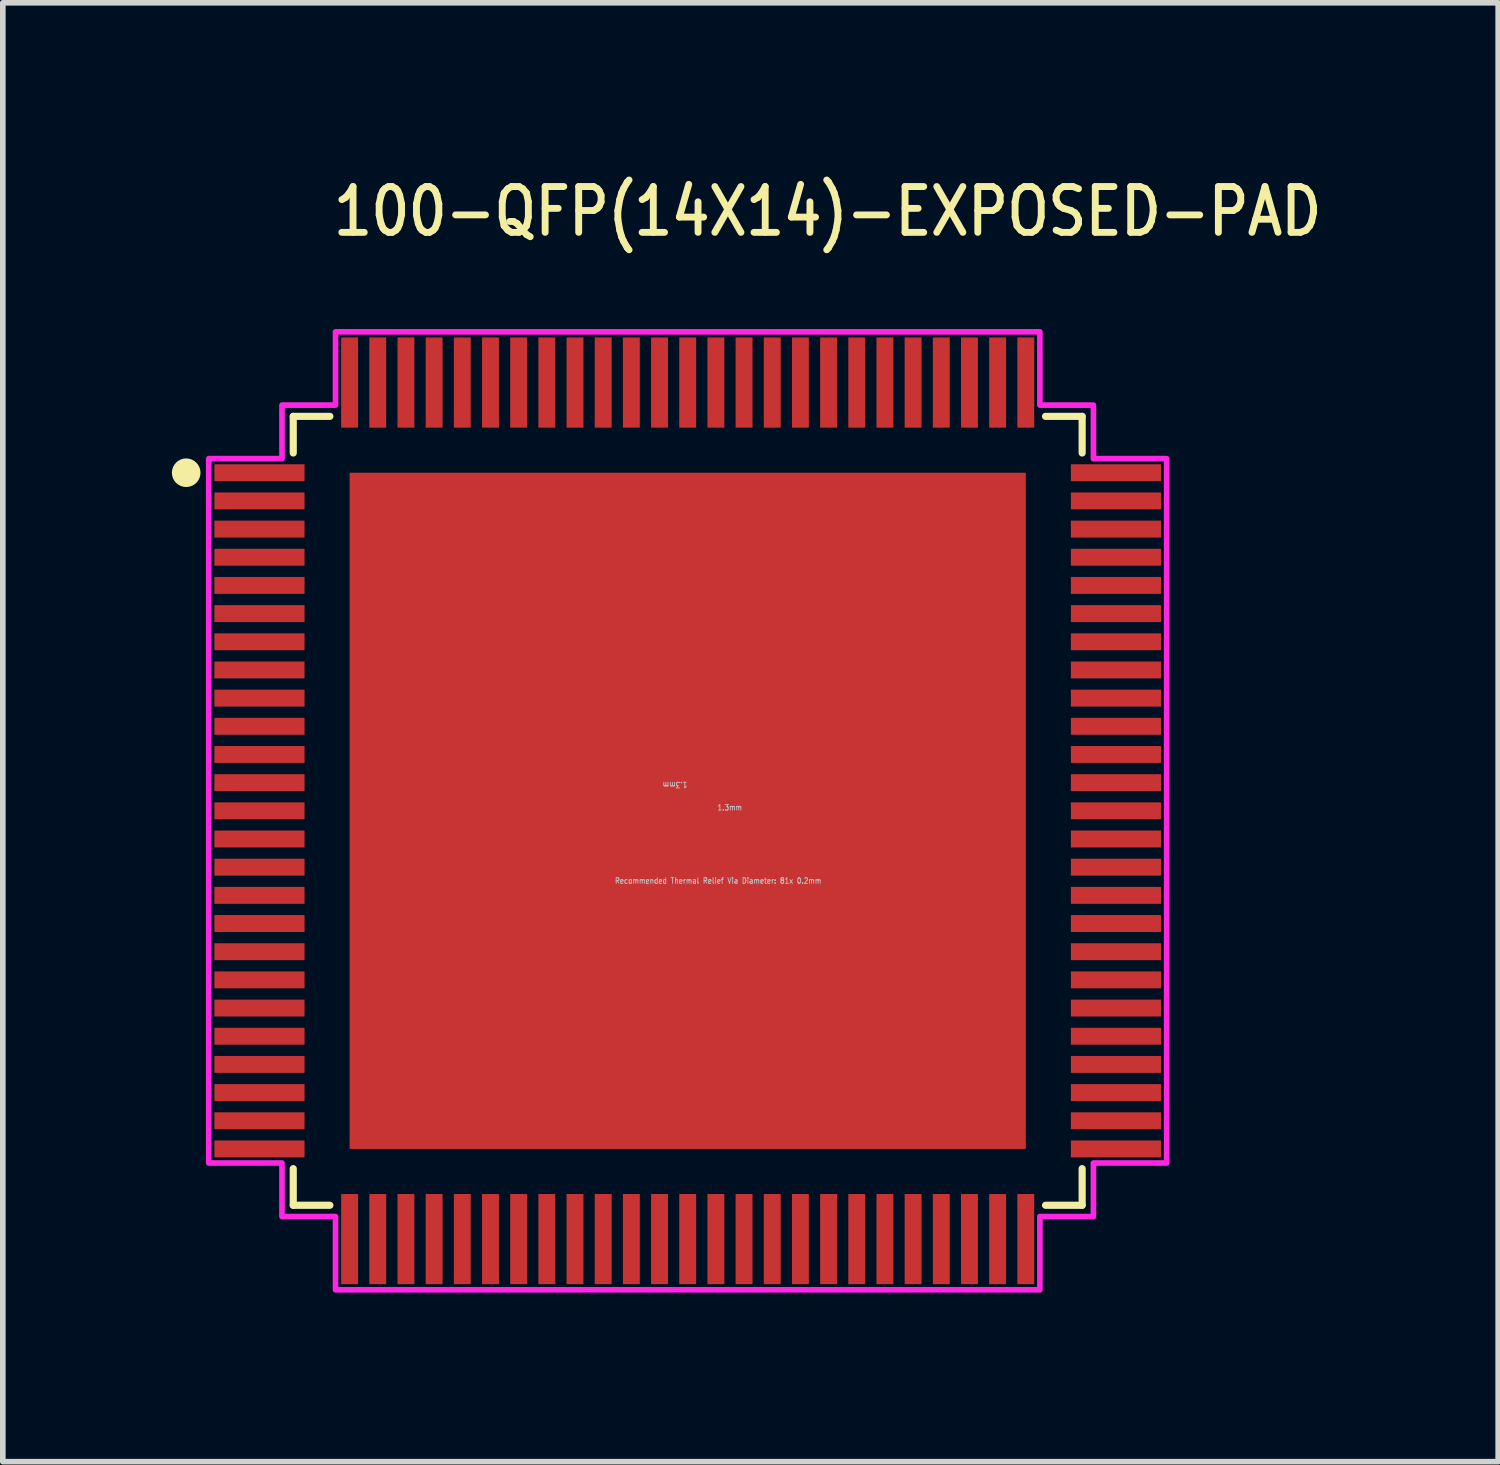
<source format=kicad_pcb>
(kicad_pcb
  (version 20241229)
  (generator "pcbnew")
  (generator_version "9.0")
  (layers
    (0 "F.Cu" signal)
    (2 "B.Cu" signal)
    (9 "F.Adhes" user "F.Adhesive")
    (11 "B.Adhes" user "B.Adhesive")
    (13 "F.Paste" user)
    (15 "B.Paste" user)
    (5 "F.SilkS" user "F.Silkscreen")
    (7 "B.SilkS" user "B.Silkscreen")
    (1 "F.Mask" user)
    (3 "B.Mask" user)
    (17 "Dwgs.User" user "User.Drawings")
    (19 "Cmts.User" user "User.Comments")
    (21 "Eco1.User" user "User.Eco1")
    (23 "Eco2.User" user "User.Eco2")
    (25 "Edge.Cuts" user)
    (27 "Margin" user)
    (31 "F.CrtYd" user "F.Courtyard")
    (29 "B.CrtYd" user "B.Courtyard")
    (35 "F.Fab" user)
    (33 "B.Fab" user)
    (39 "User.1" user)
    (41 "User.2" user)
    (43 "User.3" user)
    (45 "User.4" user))
  (footprint "100-QFP(14X14)-EXPOSED-PAD"
    (layer "F.Cu")
    (at 9.154 11.339)
    (property "Reference" "100-QFP(14X14)-EXPOSED-PAD" (at -6.35 -10.16 0) (unlocked yes) (layer "F.SilkS") (effects (font (size 0.813 0.695) (thickness 0.122)) (justify left bottom)))
    (fp_poly (pts (xy -2.6 -2.6) (xy -2.6 2.6) (xy 2.6 2.6) (xy 2.6 -2.6)) (stroke (width 0) (type solid)) (fill yes) (layer "F.Mask"))
    (fp_line (start -7 -7) (end -7 -6.35) (stroke (width 0.127) (type solid)) (layer "F.SilkS"))
    (fp_line (start -7 6.35) (end -7 7) (stroke (width 0.127) (type solid)) (layer "F.SilkS"))
    (fp_line (start -7 7) (end -6.35 7) (stroke (width 0.127) (type solid)) (layer "F.SilkS"))
    (fp_line (start -6.35 -7) (end -7 -7) (stroke (width 0.127) (type solid)) (layer "F.SilkS"))
    (fp_line (start 6.35 -7) (end 7 -7) (stroke (width 0.127) (type solid)) (layer "F.SilkS"))
    (fp_line (start 7 -7) (end 7 -6.35) (stroke (width 0.127) (type solid)) (layer "F.SilkS"))
    (fp_line (start 7 6.35) (end 7 7) (stroke (width 0.127) (type solid)) (layer "F.SilkS"))
    (fp_line (start 7 7) (end 6.35 7) (stroke (width 0.127) (type solid)) (layer "F.SilkS"))
    (fp_circle (center -8.9 -6) (end -8.646 -6) (stroke (width 0) (type solid)) (fill yes) (layer "F.SilkS"))
    (fp_poly (pts (xy -2.8 -2.8) (xy 2.8 -2.8) (xy 2.8 2.8) (xy -2.8 2.8)) (stroke (width 0) (type solid)) (fill yes) (layer "F.Paste"))
    (fp_line (start 0 -1.3) (end -0.13 -1.17) (stroke (width 0.000009) (type solid)) (layer "Dwgs.User"))
    (fp_line (start 0 -1.3) (end 0 0) (stroke (width 0.000009) (type solid)) (layer "Dwgs.User"))
    (fp_line (start 0 -1.3) (end 0.13 -1.17) (stroke (width 0.000009) (type solid)) (layer "Dwgs.User"))
    (fp_line (start 0 0) (end -0.13 -0.13) (stroke (width 0.000009) (type solid)) (layer "Dwgs.User"))
    (fp_line (start 0 0) (end 0.13 -0.13) (stroke (width 0.000009) (type solid)) (layer "Dwgs.User"))
    (fp_line (start 0 0) (end 0.13 0.13) (stroke (width 0.000009) (type solid)) (layer "Dwgs.User"))
    (fp_line (start 0 0) (end 1.3 0) (stroke (width 0.000009) (type solid)) (layer "Dwgs.User"))
    (fp_line (start 1.3 0) (end 1.17 -0.13) (stroke (width 0.000009) (type solid)) (layer "Dwgs.User"))
    (fp_line (start 1.3 0) (end 1.17 0.13) (stroke (width 0.000009) (type solid)) (layer "Dwgs.User"))
    (fp_circle (center -5.2 -5.2) (end -5.1 -5.2) (stroke (width 0.0001) (type solid)) (fill no) (layer "Dwgs.User"))
    (fp_circle (center -5.2 -3.9) (end -5.1 -3.9) (stroke (width 0.0001) (type solid)) (fill no) (layer "Dwgs.User"))
    (fp_circle (center -5.2 -2.6) (end -5.1 -2.6) (stroke (width 0.0001) (type solid)) (fill no) (layer "Dwgs.User"))
    (fp_circle (center -5.2 -1.3) (end -5.1 -1.3) (stroke (width 0.0001) (type solid)) (fill no) (layer "Dwgs.User"))
    (fp_circle (center -5.2 0) (end -5.1 0) (stroke (width 0.0001) (type solid)) (fill no) (layer "Dwgs.User"))
    (fp_circle (center -5.2 1.3) (end -5.1 1.3) (stroke (width 0.0001) (type solid)) (fill no) (layer "Dwgs.User"))
    (fp_circle (center -5.2 2.6) (end -5.1 2.6) (stroke (width 0.0001) (type solid)) (fill no) (layer "Dwgs.User"))
    (fp_circle (center -5.2 3.9) (end -5.1 3.9) (stroke (width 0.0001) (type solid)) (fill no) (layer "Dwgs.User"))
    (fp_circle (center -5.2 5.2) (end -5.1 5.2) (stroke (width 0.0001) (type solid)) (fill no) (layer "Dwgs.User"))
    (fp_circle (center -3.9 -5.2) (end -3.8 -5.2) (stroke (width 0.0001) (type solid)) (fill no) (layer "Dwgs.User"))
    (fp_circle (center -3.9 -3.9) (end -3.8 -3.9) (stroke (width 0.0001) (type solid)) (fill no) (layer "Dwgs.User"))
    (fp_circle (center -3.9 -2.6) (end -3.8 -2.6) (stroke (width 0.0001) (type solid)) (fill no) (layer "Dwgs.User"))
    (fp_circle (center -3.9 -1.3) (end -3.8 -1.3) (stroke (width 0.0001) (type solid)) (fill no) (layer "Dwgs.User"))
    (fp_circle (center -3.9 0) (end -3.8 0) (stroke (width 0.0001) (type solid)) (fill no) (layer "Dwgs.User"))
    (fp_circle (center -3.9 1.3) (end -3.8 1.3) (stroke (width 0.0001) (type solid)) (fill no) (layer "Dwgs.User"))
    (fp_circle (center -3.9 2.6) (end -3.8 2.6) (stroke (width 0.0001) (type solid)) (fill no) (layer "Dwgs.User"))
    (fp_circle (center -3.9 3.9) (end -3.8 3.9) (stroke (width 0.0001) (type solid)) (fill no) (layer "Dwgs.User"))
    (fp_circle (center -3.9 5.2) (end -3.8 5.2) (stroke (width 0.0001) (type solid)) (fill no) (layer "Dwgs.User"))
    (fp_circle (center -2.6 -5.2) (end -2.5 -5.2) (stroke (width 0.0001) (type solid)) (fill no) (layer "Dwgs.User"))
    (fp_circle (center -2.6 -3.9) (end -2.5 -3.9) (stroke (width 0.0001) (type solid)) (fill no) (layer "Dwgs.User"))
    (fp_circle (center -2.6 -2.6) (end -2.5 -2.6) (stroke (width 0.0001) (type solid)) (fill no) (layer "Dwgs.User"))
    (fp_circle (center -2.6 -1.3) (end -2.5 -1.3) (stroke (width 0.0001) (type solid)) (fill no) (layer "Dwgs.User"))
    (fp_circle (center -2.6 0) (end -2.5 0) (stroke (width 0.0001) (type solid)) (fill no) (layer "Dwgs.User"))
    (fp_circle (center -2.6 1.3) (end -2.5 1.3) (stroke (width 0.0001) (type solid)) (fill no) (layer "Dwgs.User"))
    (fp_circle (center -2.6 2.6) (end -2.5 2.6) (stroke (width 0.0001) (type solid)) (fill no) (layer "Dwgs.User"))
    (fp_circle (center -2.6 3.9) (end -2.5 3.9) (stroke (width 0.0001) (type solid)) (fill no) (layer "Dwgs.User"))
    (fp_circle (center -2.6 5.2) (end -2.5 5.2) (stroke (width 0.0001) (type solid)) (fill no) (layer "Dwgs.User"))
    (fp_circle (center -1.3 -5.2) (end -1.2 -5.2) (stroke (width 0.0001) (type solid)) (fill no) (layer "Dwgs.User"))
    (fp_circle (center -1.3 -3.9) (end -1.2 -3.9) (stroke (width 0.0001) (type solid)) (fill no) (layer "Dwgs.User"))
    (fp_circle (center -1.3 -2.6) (end -1.2 -2.6) (stroke (width 0.0001) (type solid)) (fill no) (layer "Dwgs.User"))
    (fp_circle (center -1.3 -1.3) (end -1.2 -1.3) (stroke (width 0.0001) (type solid)) (fill no) (layer "Dwgs.User"))
    (fp_circle (center -1.3 0) (end -1.2 0) (stroke (width 0.0001) (type solid)) (fill no) (layer "Dwgs.User"))
    (fp_circle (center -1.3 1.3) (end -1.2 1.3) (stroke (width 0.0001) (type solid)) (fill no) (layer "Dwgs.User"))
    (fp_circle (center -1.3 2.6) (end -1.2 2.6) (stroke (width 0.0001) (type solid)) (fill no) (layer "Dwgs.User"))
    (fp_circle (center -1.3 3.9) (end -1.2 3.9) (stroke (width 0.0001) (type solid)) (fill no) (layer "Dwgs.User"))
    (fp_circle (center -1.3 5.2) (end -1.2 5.2) (stroke (width 0.0001) (type solid)) (fill no) (layer "Dwgs.User"))
    (fp_circle (center 0 -5.2) (end 0.1 -5.2) (stroke (width 0.0001) (type solid)) (fill no) (layer "Dwgs.User"))
    (fp_circle (center 0 -3.9) (end 0.1 -3.9) (stroke (width 0.0001) (type solid)) (fill no) (layer "Dwgs.User"))
    (fp_circle (center 0 -2.6) (end 0.1 -2.6) (stroke (width 0.0001) (type solid)) (fill no) (layer "Dwgs.User"))
    (fp_circle (center 0 -1.3) (end 0.1 -1.3) (stroke (width 0.0001) (type solid)) (fill no) (layer "Dwgs.User"))
    (fp_circle (center 0 0) (end 0.1 0) (stroke (width 0.0001) (type solid)) (fill no) (layer "Dwgs.User"))
    (fp_circle (center 0 1.3) (end 0.1 1.3) (stroke (width 0.0001) (type solid)) (fill no) (layer "Dwgs.User"))
    (fp_circle (center 0 2.6) (end 0.1 2.6) (stroke (width 0.0001) (type solid)) (fill no) (layer "Dwgs.User"))
    (fp_circle (center 0 3.9) (end 0.1 3.9) (stroke (width 0.0001) (type solid)) (fill no) (layer "Dwgs.User"))
    (fp_circle (center 0 5.2) (end 0.1 5.2) (stroke (width 0.0001) (type solid)) (fill no) (layer "Dwgs.User"))
    (fp_circle (center 1.3 -5.2) (end 1.4 -5.2) (stroke (width 0.0001) (type solid)) (fill no) (layer "Dwgs.User"))
    (fp_circle (center 1.3 -3.9) (end 1.4 -3.9) (stroke (width 0.0001) (type solid)) (fill no) (layer "Dwgs.User"))
    (fp_circle (center 1.3 -2.6) (end 1.4 -2.6) (stroke (width 0.0001) (type solid)) (fill no) (layer "Dwgs.User"))
    (fp_circle (center 1.3 -1.3) (end 1.4 -1.3) (stroke (width 0.0001) (type solid)) (fill no) (layer "Dwgs.User"))
    (fp_circle (center 1.3 0) (end 1.4 0) (stroke (width 0.0001) (type solid)) (fill no) (layer "Dwgs.User"))
    (fp_circle (center 1.3 1.3) (end 1.4 1.3) (stroke (width 0.0001) (type solid)) (fill no) (layer "Dwgs.User"))
    (fp_circle (center 1.3 2.6) (end 1.4 2.6) (stroke (width 0.0001) (type solid)) (fill no) (layer "Dwgs.User"))
    (fp_circle (center 1.3 3.9) (end 1.4 3.9) (stroke (width 0.0001) (type solid)) (fill no) (layer "Dwgs.User"))
    (fp_circle (center 1.3 5.2) (end 1.4 5.2) (stroke (width 0.0001) (type solid)) (fill no) (layer "Dwgs.User"))
    (fp_circle (center 2.6 -5.2) (end 2.7 -5.2) (stroke (width 0.0001) (type solid)) (fill no) (layer "Dwgs.User"))
    (fp_circle (center 2.6 -3.9) (end 2.7 -3.9) (stroke (width 0.0001) (type solid)) (fill no) (layer "Dwgs.User"))
    (fp_circle (center 2.6 -2.6) (end 2.7 -2.6) (stroke (width 0.0001) (type solid)) (fill no) (layer "Dwgs.User"))
    (fp_circle (center 2.6 -1.3) (end 2.7 -1.3) (stroke (width 0.0001) (type solid)) (fill no) (layer "Dwgs.User"))
    (fp_circle (center 2.6 0) (end 2.7 0) (stroke (width 0.0001) (type solid)) (fill no) (layer "Dwgs.User"))
    (fp_circle (center 2.6 1.3) (end 2.7 1.3) (stroke (width 0.0001) (type solid)) (fill no) (layer "Dwgs.User"))
    (fp_circle (center 2.6 2.6) (end 2.7 2.6) (stroke (width 0.0001) (type solid)) (fill no) (layer "Dwgs.User"))
    (fp_circle (center 2.6 3.9) (end 2.7 3.9) (stroke (width 0.0001) (type solid)) (fill no) (layer "Dwgs.User"))
    (fp_circle (center 2.6 5.2) (end 2.7 5.2) (stroke (width 0.0001) (type solid)) (fill no) (layer "Dwgs.User"))
    (fp_circle (center 3.9 -5.2) (end 4 -5.2) (stroke (width 0.0001) (type solid)) (fill no) (layer "Dwgs.User"))
    (fp_circle (center 3.9 -3.9) (end 4 -3.9) (stroke (width 0.0001) (type solid)) (fill no) (layer "Dwgs.User"))
    (fp_circle (center 3.9 -2.6) (end 4 -2.6) (stroke (width 0.0001) (type solid)) (fill no) (layer "Dwgs.User"))
    (fp_circle (center 3.9 -1.3) (end 4 -1.3) (stroke (width 0.0001) (type solid)) (fill no) (layer "Dwgs.User"))
    (fp_circle (center 3.9 0) (end 4 0) (stroke (width 0.0001) (type solid)) (fill no) (layer "Dwgs.User"))
    (fp_circle (center 3.9 1.3) (end 4 1.3) (stroke (width 0.0001) (type solid)) (fill no) (layer "Dwgs.User"))
    (fp_circle (center 3.9 2.6) (end 4 2.6) (stroke (width 0.0001) (type solid)) (fill no) (layer "Dwgs.User"))
    (fp_circle (center 3.9 3.9) (end 4 3.9) (stroke (width 0.0001) (type solid)) (fill no) (layer "Dwgs.User"))
    (fp_circle (center 3.9 5.2) (end 4 5.2) (stroke (width 0.0001) (type solid)) (fill no) (layer "Dwgs.User"))
    (fp_circle (center 5.2 -5.2) (end 5.3 -5.2) (stroke (width 0.0001) (type solid)) (fill no) (layer "Dwgs.User"))
    (fp_circle (center 5.2 -3.9) (end 5.3 -3.9) (stroke (width 0.0001) (type solid)) (fill no) (layer "Dwgs.User"))
    (fp_circle (center 5.2 -2.6) (end 5.3 -2.6) (stroke (width 0.0001) (type solid)) (fill no) (layer "Dwgs.User"))
    (fp_circle (center 5.2 -1.3) (end 5.3 -1.3) (stroke (width 0.0001) (type solid)) (fill no) (layer "Dwgs.User"))
    (fp_circle (center 5.2 0) (end 5.3 0) (stroke (width 0.0001) (type solid)) (fill no) (layer "Dwgs.User"))
    (fp_circle (center 5.2 1.3) (end 5.3 1.3) (stroke (width 0.0001) (type solid)) (fill no) (layer "Dwgs.User"))
    (fp_circle (center 5.2 2.6) (end 5.3 2.6) (stroke (width 0.0001) (type solid)) (fill no) (layer "Dwgs.User"))
    (fp_circle (center 5.2 3.9) (end 5.3 3.9) (stroke (width 0.0001) (type solid)) (fill no) (layer "Dwgs.User"))
    (fp_circle (center 5.2 5.2) (end 5.3 5.2) (stroke (width 0.0001) (type solid)) (fill no) (layer "Dwgs.User"))
    (fp_poly (pts (xy 6.25 -7.2) (xy 6.25 -8.5) (xy -6.25 -8.5) (xy -6.25 -7.2) (xy -7.2 -7.2) (xy -7.2 -6.25) (xy -8.5 -6.25) (xy -8.5 6.25) (xy -7.2 6.25) (xy -7.2 7.2) (xy -6.25 7.2) (xy -6.25 8.5) (xy 6.25 8.5) (xy 6.25 7.2) (xy 7.2 7.2) (xy 7.2 6.25) (xy 8.5 6.25) (xy 8.5 -6.25) (xy 7.2 -6.25) (xy 7.2 -7.2)) (stroke (width 0.1) (type solid)) (fill no) (layer "F.CrtYd"))
    (fp_text user "1.3mm" (at 0.52 0 0) (unlocked yes) (layer "Dwgs.User") (effects (font (size 0.1 0.086) (thickness 0.015)) (justify left bottom)))
    (fp_text user "Recommended Thermal Relief Via Diameter: 81x 0.2mm" (at -1.3 1.3 0) (unlocked yes) (layer "Dwgs.User") (effects (font (size 0.1 0.086) (thickness 0.015)) (justify left bottom)))
    (fp_text user "1.3mm" (at 0 -0.52 180) (unlocked yes) (layer "Dwgs.User") (effects (font (size 0.1 0.086) (thickness 0.015)) (justify left bottom)))
    (pad "1" smd rect (at -7.6 -6) (size 1.6 0.3) (layers "F.Cu" "F.Mask" "F.Paste"))
    (pad "2" smd rect (at -7.6 -5.5) (size 1.6 0.3) (layers "F.Cu" "F.Mask" "F.Paste"))
    (pad "3" smd rect (at -7.6 -5) (size 1.6 0.3) (layers "F.Cu" "F.Mask" "F.Paste"))
    (pad "4" smd rect (at -7.6 -4.5) (size 1.6 0.3) (layers "F.Cu" "F.Mask" "F.Paste"))
    (pad "5" smd rect (at -7.6 -4) (size 1.6 0.3) (layers "F.Cu" "F.Mask" "F.Paste"))
    (pad "6" smd rect (at -7.6 -3.5) (size 1.6 0.3) (layers "F.Cu" "F.Mask" "F.Paste"))
    (pad "7" smd rect (at -7.6 -3) (size 1.6 0.3) (layers "F.Cu" "F.Mask" "F.Paste"))
    (pad "8" smd rect (at -7.6 -2.5) (size 1.6 0.3) (layers "F.Cu" "F.Mask" "F.Paste"))
    (pad "9" smd rect (at -7.6 -2) (size 1.6 0.3) (layers "F.Cu" "F.Mask" "F.Paste"))
    (pad "10" smd rect (at -7.6 -1.5) (size 1.6 0.3) (layers "F.Cu" "F.Mask" "F.Paste"))
    (pad "11" smd rect (at -7.6 -1) (size 1.6 0.3) (layers "F.Cu" "F.Mask" "F.Paste"))
    (pad "12" smd rect (at -7.6 -0.5) (size 1.6 0.3) (layers "F.Cu" "F.Mask" "F.Paste"))
    (pad "13" smd rect (at -7.6 0) (size 1.6 0.3) (layers "F.Cu" "F.Mask" "F.Paste"))
    (pad "14" smd rect (at -7.6 0.5) (size 1.6 0.3) (layers "F.Cu" "F.Mask" "F.Paste"))
    (pad "15" smd rect (at -7.6 1) (size 1.6 0.3) (layers "F.Cu" "F.Mask" "F.Paste"))
    (pad "16" smd rect (at -7.6 1.5) (size 1.6 0.3) (layers "F.Cu" "F.Mask" "F.Paste"))
    (pad "17" smd rect (at -7.6 2) (size 1.6 0.3) (layers "F.Cu" "F.Mask" "F.Paste"))
    (pad "18" smd rect (at -7.6 2.5) (size 1.6 0.3) (layers "F.Cu" "F.Mask" "F.Paste"))
    (pad "19" smd rect (at -7.6 3) (size 1.6 0.3) (layers "F.Cu" "F.Mask" "F.Paste"))
    (pad "20" smd rect (at -7.6 3.5) (size 1.6 0.3) (layers "F.Cu" "F.Mask" "F.Paste"))
    (pad "21" smd rect (at -7.6 4) (size 1.6 0.3) (layers "F.Cu" "F.Mask" "F.Paste"))
    (pad "22" smd rect (at -7.6 4.5) (size 1.6 0.3) (layers "F.Cu" "F.Mask" "F.Paste"))
    (pad "23" smd rect (at -7.6 5) (size 1.6 0.3) (layers "F.Cu" "F.Mask" "F.Paste"))
    (pad "24" smd rect (at -7.6 5.5) (size 1.6 0.3) (layers "F.Cu" "F.Mask" "F.Paste"))
    (pad "25" smd rect (at -7.6 6) (size 1.6 0.3) (layers "F.Cu" "F.Mask" "F.Paste"))
    (pad "26" smd rect (at -6 7.6) (size 0.3 1.6) (layers "F.Cu" "F.Mask" "F.Paste"))
    (pad "27" smd rect (at -5.5 7.6) (size 0.3 1.6) (layers "F.Cu" "F.Mask" "F.Paste"))
    (pad "28" smd rect (at -5 7.6) (size 0.3 1.6) (layers "F.Cu" "F.Mask" "F.Paste"))
    (pad "29" smd rect (at -4.5 7.6) (size 0.3 1.6) (layers "F.Cu" "F.Mask" "F.Paste"))
    (pad "30" smd rect (at -4 7.6) (size 0.3 1.6) (layers "F.Cu" "F.Mask" "F.Paste"))
    (pad "31" smd rect (at -3.5 7.6) (size 0.3 1.6) (layers "F.Cu" "F.Mask" "F.Paste"))
    (pad "32" smd rect (at -3 7.6) (size 0.3 1.6) (layers "F.Cu" "F.Mask" "F.Paste"))
    (pad "33" smd rect (at -2.5 7.6) (size 0.3 1.6) (layers "F.Cu" "F.Mask" "F.Paste"))
    (pad "34" smd rect (at -2 7.6) (size 0.3 1.6) (layers "F.Cu" "F.Mask" "F.Paste"))
    (pad "35" smd rect (at -1.5 7.6) (size 0.3 1.6) (layers "F.Cu" "F.Mask" "F.Paste"))
    (pad "36" smd rect (at -1 7.6) (size 0.3 1.6) (layers "F.Cu" "F.Mask" "F.Paste"))
    (pad "37" smd rect (at -0.5 7.6) (size 0.3 1.6) (layers "F.Cu" "F.Mask" "F.Paste"))
    (pad "38" smd rect (at 0 7.6) (size 0.3 1.6) (layers "F.Cu" "F.Mask" "F.Paste"))
    (pad "39" smd rect (at 0.5 7.6) (size 0.3 1.6) (layers "F.Cu" "F.Mask" "F.Paste"))
    (pad "40" smd rect (at 1 7.6) (size 0.3 1.6) (layers "F.Cu" "F.Mask" "F.Paste"))
    (pad "41" smd rect (at 1.5 7.6) (size 0.3 1.6) (layers "F.Cu" "F.Mask" "F.Paste"))
    (pad "42" smd rect (at 2 7.6) (size 0.3 1.6) (layers "F.Cu" "F.Mask" "F.Paste"))
    (pad "43" smd rect (at 2.5 7.6) (size 0.3 1.6) (layers "F.Cu" "F.Mask" "F.Paste"))
    (pad "44" smd rect (at 3 7.6) (size 0.3 1.6) (layers "F.Cu" "F.Mask" "F.Paste"))
    (pad "45" smd rect (at 3.5 7.6) (size 0.3 1.6) (layers "F.Cu" "F.Mask" "F.Paste"))
    (pad "46" smd rect (at 4 7.6) (size 0.3 1.6) (layers "F.Cu" "F.Mask" "F.Paste"))
    (pad "47" smd rect (at 4.5 7.6) (size 0.3 1.6) (layers "F.Cu" "F.Mask" "F.Paste"))
    (pad "48" smd rect (at 5 7.6) (size 0.3 1.6) (layers "F.Cu" "F.Mask" "F.Paste"))
    (pad "49" smd rect (at 5.5 7.6) (size 0.3 1.6) (layers "F.Cu" "F.Mask" "F.Paste"))
    (pad "50" smd rect (at 6 7.6) (size 0.3 1.6) (layers "F.Cu" "F.Mask" "F.Paste"))
    (pad "51" smd rect (at 7.6 6) (size 1.6 0.3) (layers "F.Cu" "F.Mask" "F.Paste"))
    (pad "52" smd rect (at 7.6 5.5) (size 1.6 0.3) (layers "F.Cu" "F.Mask" "F.Paste"))
    (pad "53" smd rect (at 7.6 5) (size 1.6 0.3) (layers "F.Cu" "F.Mask" "F.Paste"))
    (pad "54" smd rect (at 7.6 4.5) (size 1.6 0.3) (layers "F.Cu" "F.Mask" "F.Paste"))
    (pad "55" smd rect (at 7.6 4) (size 1.6 0.3) (layers "F.Cu" "F.Mask" "F.Paste"))
    (pad "56" smd rect (at 7.6 3.5) (size 1.6 0.3) (layers "F.Cu" "F.Mask" "F.Paste"))
    (pad "57" smd rect (at 7.6 3) (size 1.6 0.3) (layers "F.Cu" "F.Mask" "F.Paste"))
    (pad "58" smd rect (at 7.6 2.5) (size 1.6 0.3) (layers "F.Cu" "F.Mask" "F.Paste"))
    (pad "59" smd rect (at 7.6 2) (size 1.6 0.3) (layers "F.Cu" "F.Mask" "F.Paste"))
    (pad "60" smd rect (at 7.6 1.5) (size 1.6 0.3) (layers "F.Cu" "F.Mask" "F.Paste"))
    (pad "61" smd rect (at 7.6 1) (size 1.6 0.3) (layers "F.Cu" "F.Mask" "F.Paste"))
    (pad "62" smd rect (at 7.6 0.5) (size 1.6 0.3) (layers "F.Cu" "F.Mask" "F.Paste"))
    (pad "63" smd rect (at 7.6 0) (size 1.6 0.3) (layers "F.Cu" "F.Mask" "F.Paste"))
    (pad "64" smd rect (at 7.6 -0.5) (size 1.6 0.3) (layers "F.Cu" "F.Mask" "F.Paste"))
    (pad "65" smd rect (at 7.6 -1) (size 1.6 0.3) (layers "F.Cu" "F.Mask" "F.Paste"))
    (pad "66" smd rect (at 7.6 -1.5) (size 1.6 0.3) (layers "F.Cu" "F.Mask" "F.Paste"))
    (pad "67" smd rect (at 7.6 -2) (size 1.6 0.3) (layers "F.Cu" "F.Mask" "F.Paste"))
    (pad "68" smd rect (at 7.6 -2.5) (size 1.6 0.3) (layers "F.Cu" "F.Mask" "F.Paste"))
    (pad "69" smd rect (at 7.6 -3) (size 1.6 0.3) (layers "F.Cu" "F.Mask" "F.Paste"))
    (pad "70" smd rect (at 7.6 -3.5) (size 1.6 0.3) (layers "F.Cu" "F.Mask" "F.Paste"))
    (pad "71" smd rect (at 7.6 -4) (size 1.6 0.3) (layers "F.Cu" "F.Mask" "F.Paste"))
    (pad "72" smd rect (at 7.6 -4.5) (size 1.6 0.3) (layers "F.Cu" "F.Mask" "F.Paste"))
    (pad "73" smd rect (at 7.6 -5) (size 1.6 0.3) (layers "F.Cu" "F.Mask" "F.Paste"))
    (pad "74" smd rect (at 7.6 -5.5) (size 1.6 0.3) (layers "F.Cu" "F.Mask" "F.Paste"))
    (pad "75" smd rect (at 7.6 -6) (size 1.6 0.3) (layers "F.Cu" "F.Mask" "F.Paste"))
    (pad "76" smd rect (at 6 -7.6) (size 0.3 1.6) (layers "F.Cu" "F.Mask" "F.Paste"))
    (pad "77" smd rect (at 5.5 -7.6) (size 0.3 1.6) (layers "F.Cu" "F.Mask" "F.Paste"))
    (pad "78" smd rect (at 5 -7.6) (size 0.3 1.6) (layers "F.Cu" "F.Mask" "F.Paste"))
    (pad "79" smd rect (at 4.5 -7.6) (size 0.3 1.6) (layers "F.Cu" "F.Mask" "F.Paste"))
    (pad "80" smd rect (at 4 -7.6) (size 0.3 1.6) (layers "F.Cu" "F.Mask" "F.Paste"))
    (pad "81" smd rect (at 3.5 -7.6) (size 0.3 1.6) (layers "F.Cu" "F.Mask" "F.Paste"))
    (pad "82" smd rect (at 3 -7.6) (size 0.3 1.6) (layers "F.Cu" "F.Mask" "F.Paste"))
    (pad "83" smd rect (at 2.5 -7.6) (size 0.3 1.6) (layers "F.Cu" "F.Mask" "F.Paste"))
    (pad "84" smd rect (at 2 -7.6) (size 0.3 1.6) (layers "F.Cu" "F.Mask" "F.Paste"))
    (pad "85" smd rect (at 1.5 -7.6) (size 0.3 1.6) (layers "F.Cu" "F.Mask" "F.Paste"))
    (pad "86" smd rect (at 1 -7.6) (size 0.3 1.6) (layers "F.Cu" "F.Mask" "F.Paste"))
    (pad "87" smd rect (at 0.5 -7.6) (size 0.3 1.6) (layers "F.Cu" "F.Mask" "F.Paste"))
    (pad "88" smd rect (at 0 -7.6) (size 0.3 1.6) (layers "F.Cu" "F.Mask" "F.Paste"))
    (pad "89" smd rect (at -0.5 -7.6) (size 0.3 1.6) (layers "F.Cu" "F.Mask" "F.Paste"))
    (pad "90" smd rect (at -1 -7.6) (size 0.3 1.6) (layers "F.Cu" "F.Mask" "F.Paste"))
    (pad "91" smd rect (at -1.5 -7.6) (size 0.3 1.6) (layers "F.Cu" "F.Mask" "F.Paste"))
    (pad "92" smd rect (at -2 -7.6) (size 0.3 1.6) (layers "F.Cu" "F.Mask" "F.Paste"))
    (pad "93" smd rect (at -2.5 -7.6) (size 0.3 1.6) (layers "F.Cu" "F.Mask" "F.Paste"))
    (pad "94" smd rect (at -3 -7.6) (size 0.3 1.6) (layers "F.Cu" "F.Mask" "F.Paste"))
    (pad "95" smd rect (at -3.5 -7.6) (size 0.3 1.6) (layers "F.Cu" "F.Mask" "F.Paste"))
    (pad "96" smd rect (at -4 -7.6) (size 0.3 1.6) (layers "F.Cu" "F.Mask" "F.Paste"))
    (pad "97" smd rect (at -4.5 -7.6) (size 0.3 1.6) (layers "F.Cu" "F.Mask" "F.Paste"))
    (pad "98" smd rect (at -5 -7.6) (size 0.3 1.6) (layers "F.Cu" "F.Mask" "F.Paste"))
    (pad "99" smd rect (at -5.5 -7.6) (size 0.3 1.6) (layers "F.Cu" "F.Mask" "F.Paste"))
    (pad "100" smd rect (at -6 -7.6) (size 0.3 1.6) (layers "F.Cu" "F.Mask" "F.Paste"))
    (pad "101" smd rect (at 0 0) (size 12 12) (layers "F.Cu")))
  (gr_rect
    (start -3 -3)
    (end 23.537 22.889)
    (stroke (width 0.1) (type default))
    (fill no)
    (layer "Edge.Cuts")))
</source>
